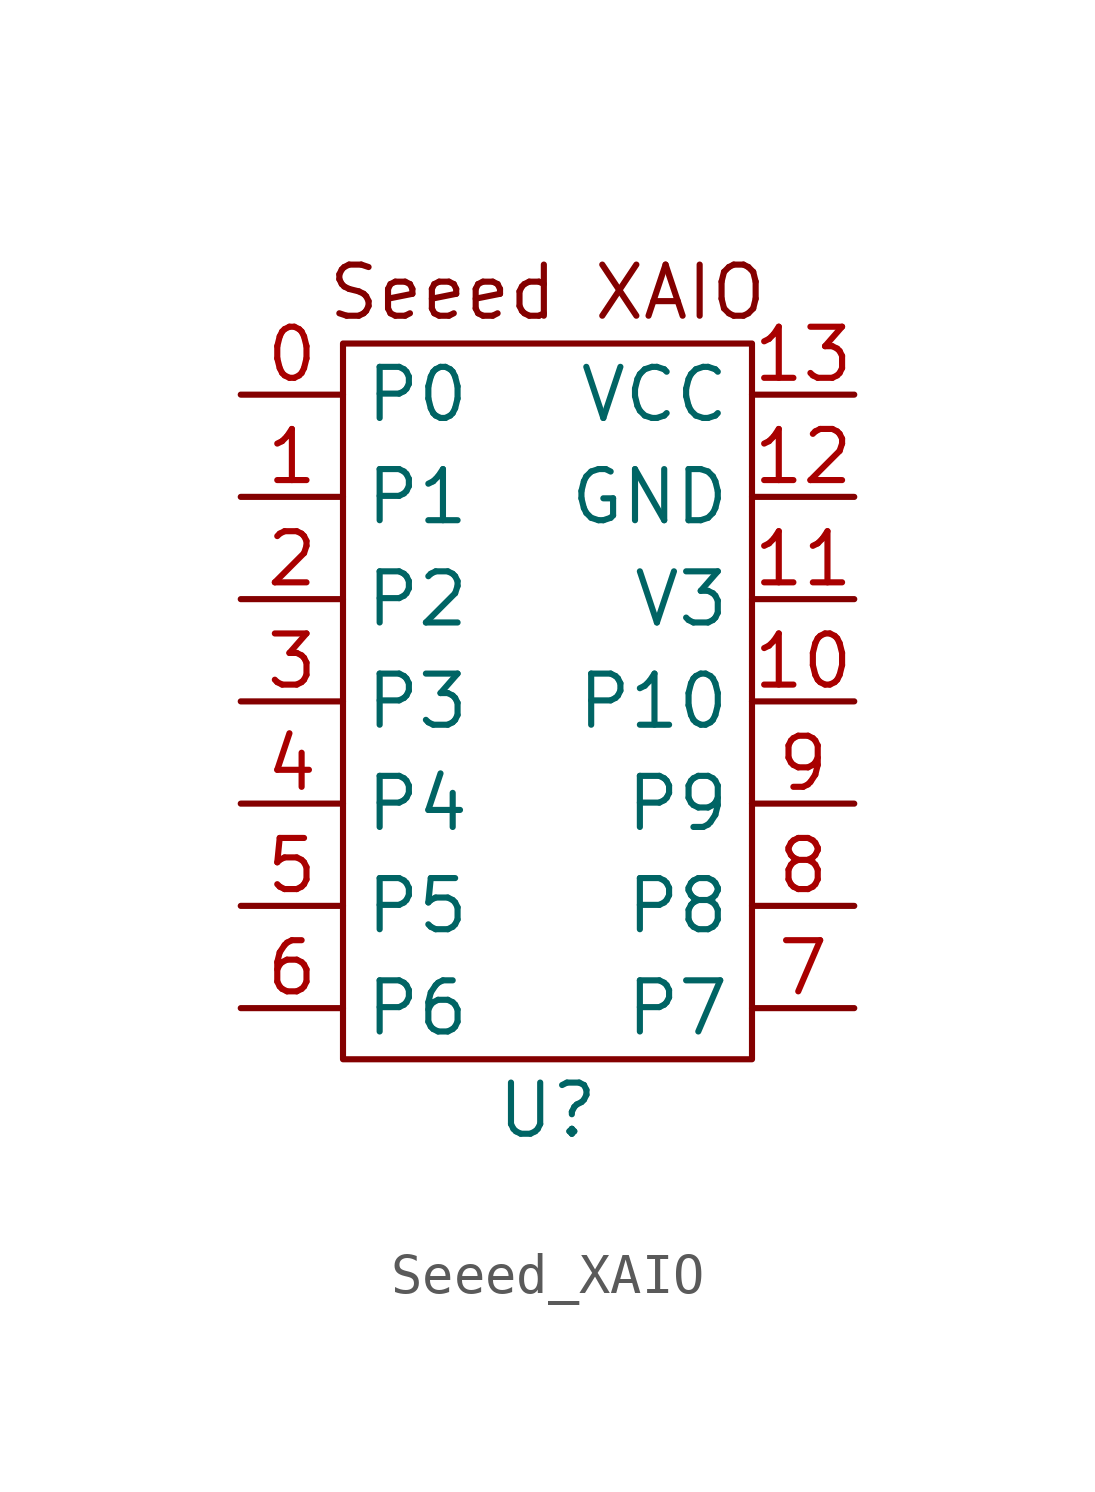
<source format=kicad_sym>
(kicad_symbol_lib
  (version 20220914)
  (generator kicad_symbol_editor)
  (symbol "Seeed_XAIO"
    (property "Reference" "U"
      (at 0 -10.16 0)
      (effects (font (size 1.27 1.27))))
    (property "Value" ""
      (at 0 0 0)
      (effects (font (size 1.27 1.27))))
    (symbol "Seeed_XAIO_0_1"
      (rectangle (start -5.08 8.89) (end 5.08 -8.89) (stroke (width 0) (type default)) (fill (type none))))
    (symbol "Seeed_XAIO_1_1"
      (text "Seeed XAIO" (at 0 10.16 0) (effects (font (size 1.27 1.27))))
      (pin bidirectional line (at -7.62 7.62 0) (length 2.54) (name "P0" (effects (font (size 1.27 1.27)))) (number "0" (effects (font (size 1.27 1.27)))))
      (pin bidirectional line (at -7.62 5.08 0) (length 2.54) (name "P1" (effects (font (size 1.27 1.27)))) (number "1" (effects (font (size 1.27 1.27)))))
      (pin bidirectional line (at 7.62 0 180) (length 2.54) (name "P10" (effects (font (size 1.27 1.27)))) (number "10" (effects (font (size 1.27 1.27)))))
      (pin output line (at 7.62 2.54 180) (length 2.54) (name "V3" (effects (font (size 1.27 1.27)))) (number "11" (effects (font (size 1.27 1.27)))))
      (pin output line (at 7.62 5.08 180) (length 2.54) (name "GND" (effects (font (size 1.27 1.27)))) (number "12" (effects (font (size 1.27 1.27)))))
      (pin output line (at 7.62 7.62 180) (length 2.54) (name "VCC" (effects (font (size 1.27 1.27)))) (number "13" (effects (font (size 1.27 1.27)))))
      (pin bidirectional line (at -7.62 2.54 0) (length 2.54) (name "P2" (effects (font (size 1.27 1.27)))) (number "2" (effects (font (size 1.27 1.27)))))
      (pin bidirectional line (at -7.62 0 0) (length 2.54) (name "P3" (effects (font (size 1.27 1.27)))) (number "3" (effects (font (size 1.27 1.27)))))
      (pin bidirectional line (at -7.62 -2.54 0) (length 2.54) (name "P4" (effects (font (size 1.27 1.27)))) (number "4" (effects (font (size 1.27 1.27)))))
      (pin bidirectional line (at -7.62 -5.08 0) (length 2.54) (name "P5" (effects (font (size 1.27 1.27)))) (number "5" (effects (font (size 1.27 1.27)))))
      (pin bidirectional line (at -7.62 -7.62 0) (length 2.54) (name "P6" (effects (font (size 1.27 1.27)))) (number "6" (effects (font (size 1.27 1.27)))))
      (pin bidirectional line (at 7.62 -7.62 180) (length 2.54) (name "P7" (effects (font (size 1.27 1.27)))) (number "7" (effects (font (size 1.27 1.27)))))
      (pin bidirectional line (at 7.62 -5.08 180) (length 2.54) (name "P8" (effects (font (size 1.27 1.27)))) (number "8" (effects (font (size 1.27 1.27)))))
      (pin bidirectional line (at 7.62 -2.54 180) (length 2.54) (name "P9" (effects (font (size 1.27 1.27)))) (number "9" (effects (font (size 1.27 1.27))))))))
</source>
